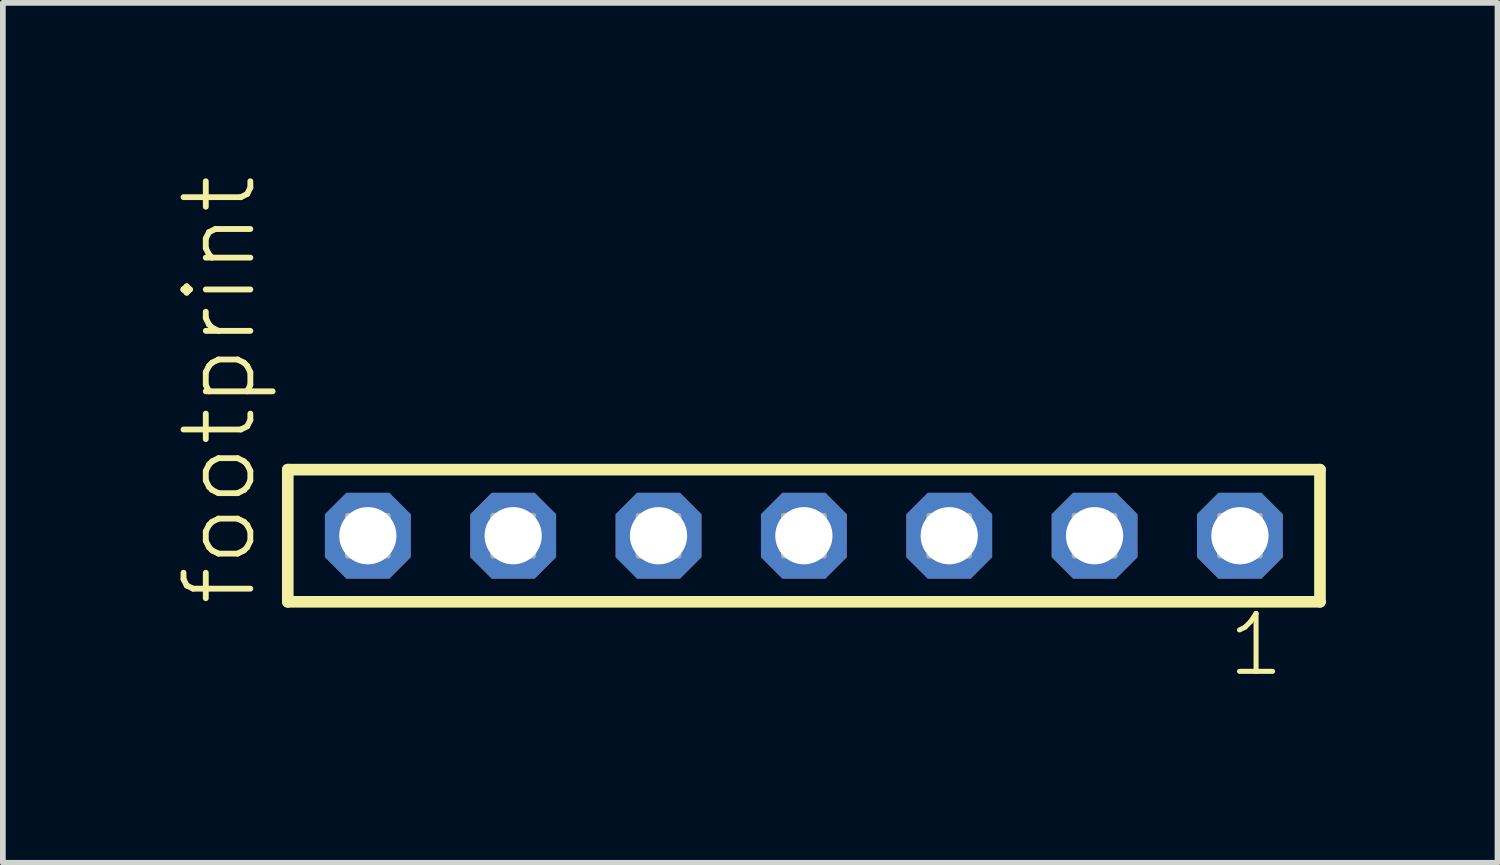
<source format=kicad_pcb>
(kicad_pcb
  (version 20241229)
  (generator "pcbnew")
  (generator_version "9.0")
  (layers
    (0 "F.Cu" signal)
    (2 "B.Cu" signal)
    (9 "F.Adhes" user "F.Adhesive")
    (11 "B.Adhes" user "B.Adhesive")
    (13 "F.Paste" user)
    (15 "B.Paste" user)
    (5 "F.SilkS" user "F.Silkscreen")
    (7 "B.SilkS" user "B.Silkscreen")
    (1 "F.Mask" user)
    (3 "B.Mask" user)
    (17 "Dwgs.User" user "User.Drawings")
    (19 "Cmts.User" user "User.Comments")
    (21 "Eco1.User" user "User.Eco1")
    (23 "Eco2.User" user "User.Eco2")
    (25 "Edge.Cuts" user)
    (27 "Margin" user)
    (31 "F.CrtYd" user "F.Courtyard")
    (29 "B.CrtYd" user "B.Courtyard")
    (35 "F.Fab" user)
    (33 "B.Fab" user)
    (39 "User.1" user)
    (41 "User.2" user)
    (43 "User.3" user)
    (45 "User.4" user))
  (footprint "footprint"
    (layer "F.Cu")
    (at 10.998 6.312)
    (property "Reference" "footprint" (at -9.525 1.27 90) (layer "F.SilkS") (effects (font (size 1.168 1.168) (thickness 0.102)) (justify left bottom)))
    (fp_line (start -9.019 -1.155) (end 9.019 -1.155) (stroke (width 0.203) (type solid)) (layer "F.SilkS"))
    (fp_line (start -9.019 1.155) (end -9.019 -1.155) (stroke (width 0.203) (type solid)) (layer "F.SilkS"))
    (fp_line (start 9.019 -1.155) (end 9.019 1.155) (stroke (width 0.203) (type solid)) (layer "F.SilkS"))
    (fp_line (start 9.019 1.155) (end -9.019 1.155) (stroke (width 0.203) (type solid)) (layer "F.SilkS"))
    (fp_poly (pts (xy -7.97 0.35) (xy -7.27 0.35) (xy -7.27 -0.35) (xy -7.97 -0.35)) (stroke (width 0.1) (type solid)) (fill no) (layer "F.Fab"))
    (fp_poly (pts (xy -5.43 0.35) (xy -4.73 0.35) (xy -4.73 -0.35) (xy -5.43 -0.35)) (stroke (width 0.1) (type solid)) (fill no) (layer "F.Fab"))
    (fp_poly (pts (xy -2.89 0.35) (xy -2.19 0.35) (xy -2.19 -0.35) (xy -2.89 -0.35)) (stroke (width 0.1) (type solid)) (fill no) (layer "F.Fab"))
    (fp_poly (pts (xy -0.35 0.35) (xy 0.35 0.35) (xy 0.35 -0.35) (xy -0.35 -0.35)) (stroke (width 0.1) (type solid)) (fill no) (layer "F.Fab"))
    (fp_poly (pts (xy 2.19 0.35) (xy 2.89 0.35) (xy 2.89 -0.35) (xy 2.19 -0.35)) (stroke (width 0.1) (type solid)) (fill no) (layer "F.Fab"))
    (fp_poly (pts (xy 4.73 0.35) (xy 5.43 0.35) (xy 5.43 -0.35) (xy 4.73 -0.35)) (stroke (width 0.1) (type solid)) (fill no) (layer "F.Fab"))
    (fp_poly (pts (xy 7.27 0.35) (xy 7.97 0.35) (xy 7.97 -0.35) (xy 7.27 -0.35)) (stroke (width 0.1) (type solid)) (fill no) (layer "F.Fab"))
    (fp_text user "1" (at 7.362 2.498 0) (layer "F.SilkS") (effects (font (size 1.012 1.012) (thickness 0.088)) (justify left bottom)))
    (pad "1" thru_hole roundrect (at 7.62 0 180) (size 1.5 1.5) (drill 1) (layers "*.Cu" "*.Mask") (roundrect_rratio 0.25) (chamfer_ratio 0.25) (chamfer top_left top_right bottom_left bottom_right))
    (pad "2" thru_hole roundrect (at 5.08 0 180) (size 1.5 1.5) (drill 1) (layers "*.Cu" "*.Mask") (roundrect_rratio 0.25) (chamfer_ratio 0.25) (chamfer top_left top_right bottom_left bottom_right))
    (pad "3" thru_hole roundrect (at 2.54 0 180) (size 1.5 1.5) (drill 1) (layers "*.Cu" "*.Mask") (roundrect_rratio 0.25) (chamfer_ratio 0.25) (chamfer top_left top_right bottom_left bottom_right))
    (pad "4" thru_hole roundrect (at 0 0 180) (size 1.5 1.5) (drill 1) (layers "*.Cu" "*.Mask") (roundrect_rratio 0.25) (chamfer_ratio 0.25) (chamfer top_left top_right bottom_left bottom_right))
    (pad "5" thru_hole roundrect (at -2.54 0 180) (size 1.5 1.5) (drill 1) (layers "*.Cu" "*.Mask") (roundrect_rratio 0.25) (chamfer_ratio 0.25) (chamfer top_left top_right bottom_left bottom_right))
    (pad "6" thru_hole roundrect (at -5.08 0 180) (size 1.5 1.5) (drill 1) (layers "*.Cu" "*.Mask") (roundrect_rratio 0.25) (chamfer_ratio 0.25) (chamfer top_left top_right bottom_left bottom_right))
    (pad "7" thru_hole roundrect (at -7.62 0 180) (size 1.5 1.5) (drill 1) (layers "*.Cu" "*.Mask") (roundrect_rratio 0.25) (chamfer_ratio 0.25) (chamfer top_left top_right bottom_left bottom_right)))
  (gr_rect
    (start -3 -3)
    (end 23.119 12.027)
    (stroke (width 0.1) (type default))
    (fill no)
    (layer "Edge.Cuts")))
</source>
